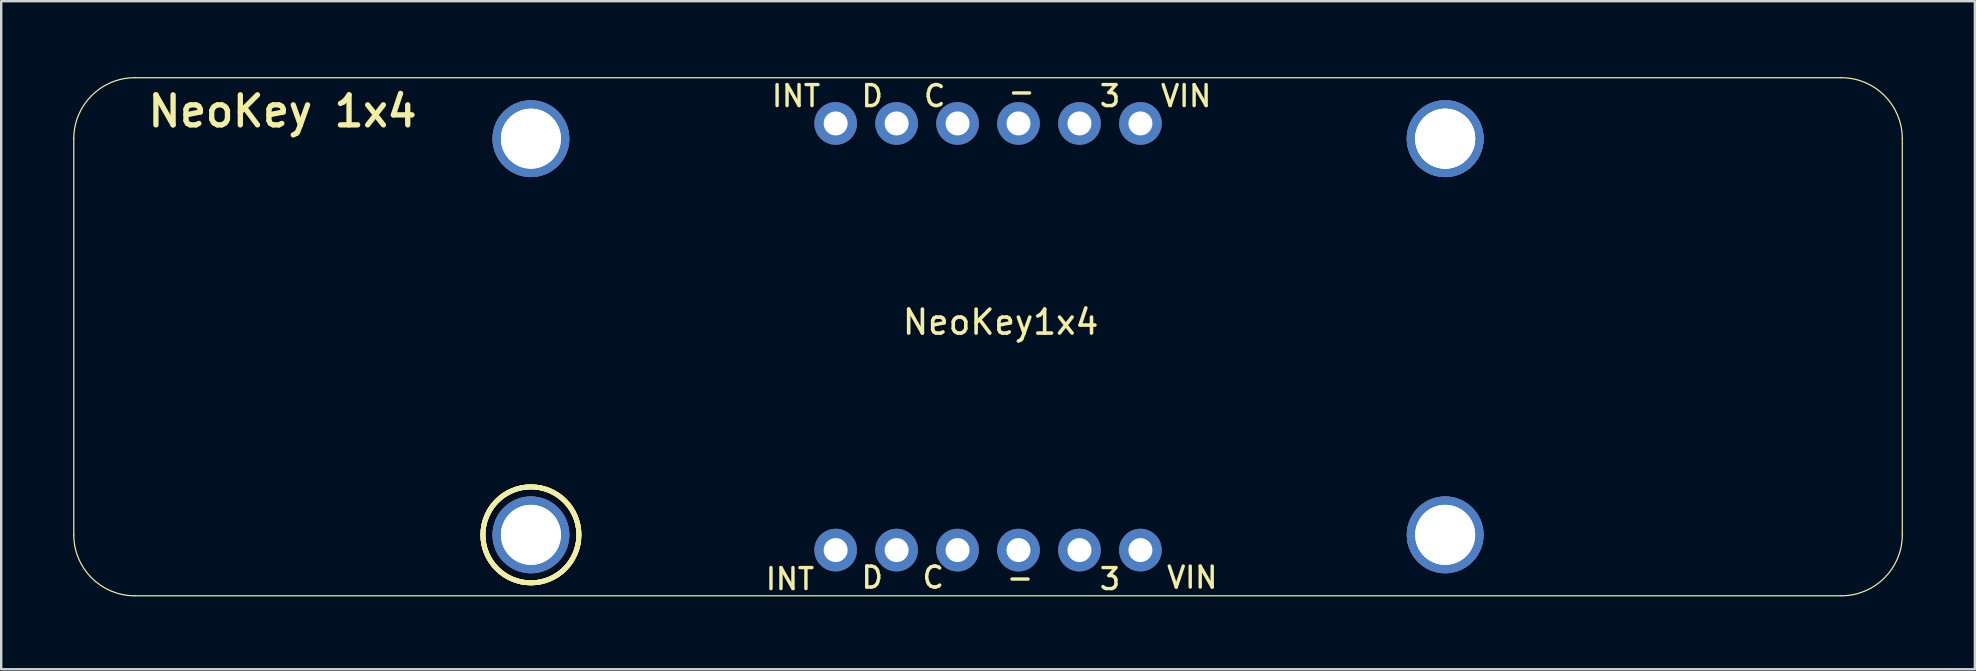
<source format=kicad_pcb>
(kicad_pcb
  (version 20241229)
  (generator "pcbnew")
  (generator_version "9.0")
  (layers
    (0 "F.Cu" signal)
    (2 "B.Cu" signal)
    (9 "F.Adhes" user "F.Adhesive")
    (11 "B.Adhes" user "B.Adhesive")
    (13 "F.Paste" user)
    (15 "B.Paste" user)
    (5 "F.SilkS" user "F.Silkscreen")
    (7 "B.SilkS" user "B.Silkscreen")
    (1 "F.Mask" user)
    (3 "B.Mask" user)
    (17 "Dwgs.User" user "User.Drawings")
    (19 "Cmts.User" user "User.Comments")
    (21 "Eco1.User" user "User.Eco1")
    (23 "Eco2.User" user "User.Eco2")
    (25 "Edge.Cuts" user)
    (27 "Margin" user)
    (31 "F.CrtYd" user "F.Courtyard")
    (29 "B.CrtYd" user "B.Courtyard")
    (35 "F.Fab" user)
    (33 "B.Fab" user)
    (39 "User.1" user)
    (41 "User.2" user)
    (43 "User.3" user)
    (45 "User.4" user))
  (footprint "NeoKey1x4"
    (layer "F.Cu")
    (at 38.651 10.875)
    (property "Reference" "NeoKey1x4" (at 0 -0.5 0) (unlocked yes) (layer "F.SilkS") (effects (font (size 1 1) (thickness 0.15))))
    (attr smd)
    (fp_line (start -38.626 8.364) (end -38.626 -8.146) (stroke (width 0.05) (type solid)) (layer "F.SilkS"))
    (fp_line (start -36.086 -10.686) (end 35.034 -10.686) (stroke (width 0.05) (type solid)) (layer "F.SilkS"))
    (fp_line (start 35.034 10.904) (end -36.086 10.904) (stroke (width 0.05) (type solid)) (layer "F.SilkS"))
    (fp_line (start 37.574 -8.146) (end 37.574 8.364) (stroke (width 0.05) (type solid)) (layer "F.SilkS"))
    (fp_arc (start -38.626051 -8.146051) (mid -37.882102 -9.942102) (end -36.086051 -10.686051) (stroke (width 0.05) (type solid)) (layer "F.SilkS"))
    (fp_arc (start -36.086051 10.903949) (mid -37.882102 10.16) (end -38.626051 8.363949) (stroke (width 0.05) (type solid)) (layer "F.SilkS"))
    (fp_arc (start 35.033949 -10.686051) (mid 36.83 -9.942102) (end 37.573949 -8.146051) (stroke (width 0.05) (type solid)) (layer "F.SilkS"))
    (fp_arc (start 37.573949 8.363949) (mid 36.83 10.16) (end 35.033949 10.903949) (stroke (width 0.05) (type solid)) (layer "F.SilkS"))
    (fp_circle (center -19.576 8.364) (end -17.576 8.364) (stroke (width 0.203) (type solid)) (fill no) (layer "F.SilkS"))
    (fp_circle (center -19.576 8.364) (end -17.576 8.364) (stroke (width 0.203) (type solid)) (fill no) (layer "F.SilkS"))
    (fp_circle (center -19.576 8.364) (end -17.576 8.364) (stroke (width 0.203) (type solid)) (fill no) (layer "F.SilkS"))
    (fp_circle (center -19.576 8.364) (end -17.576 8.364) (stroke (width 0.203) (type solid)) (fill no) (layer "F.SilkS"))
    (fp_text user "INT" (at -8.781 10.205 0) (unlocked yes) (layer "F.SilkS") (effects (font (size 0.874 0.874) (thickness 0.142))))
    (fp_text user "D" (at -5.352 10.142 0) (unlocked yes) (layer "F.SilkS") (effects (font (size 0.874 0.874) (thickness 0.142))))
    (fp_text user "D" (at -5.352 -9.924 0) (unlocked yes) (layer "F.SilkS") (effects (font (size 0.874 0.874) (thickness 0.142))))
    (fp_text user "C" (at -2.749 -9.924 0) (unlocked yes) (layer "F.SilkS") (effects (font (size 0.874 0.874) (thickness 0.142))))
    (fp_text user "3" (at 4.554 -9.924 0) (unlocked yes) (layer "F.SilkS") (effects (font (size 0.874 0.874) (thickness 0.142))))
    (fp_text user "VIN" (at 7.729 -9.924 0) (unlocked yes) (layer "F.SilkS") (effects (font (size 0.874 0.874) (thickness 0.142))))
    (fp_text user "INT" (at -8.527 -9.924 0) (unlocked yes) (layer "F.SilkS") (effects (font (size 0.874 0.874) (thickness 0.142))))
    (fp_text user "-" (at 0.871 -10.115 0) (unlocked yes) (layer "F.SilkS") (effects (font (size 0.874 0.874) (thickness 0.142))))
    (fp_text user "C" (at -2.812 10.142 0) (unlocked yes) (layer "F.SilkS") (effects (font (size 0.874 0.874) (thickness 0.142))))
    (fp_text user "NeoKey 1x4" (at -29.927 -9.289 0) (unlocked yes) (layer "F.SilkS") (effects (font (size 1.252 1.252) (thickness 0.221))))
    (fp_text user "VIN" (at 7.983 10.142 0) (unlocked yes) (layer "F.SilkS") (effects (font (size 0.874 0.874) (thickness 0.142))))
    (fp_text user "-" (at 0.807 10.142 0) (unlocked yes) (layer "F.SilkS") (effects (font (size 0.874 0.874) (thickness 0.142))))
    (fp_text user "3" (at 4.554 10.205 0) (unlocked yes) (layer "F.SilkS") (effects (font (size 0.874 0.874) (thickness 0.142))))
    (pad "" thru_hole circle (at -19.576 -8.146) (size 3.2 3.2) (drill 2.5) (layers "*.Cu" "*.Mask"))
    (pad "" thru_hole circle (at -19.576 -8.146) (size 3.2 3.2) (drill 2.5) (layers "*.Cu" "*.Mask"))
    (pad "" thru_hole circle (at -19.576 8.364) (size 3.2 3.2) (drill 2.5) (layers "*.Cu" "*.Mask"))
    (pad "" thru_hole circle (at -19.576 8.364) (size 3.2 3.2) (drill 2.5) (layers "*.Cu" "*.Mask"))
    (pad "" thru_hole circle (at 18.524 -8.146) (size 3.2 3.2) (drill 2.5) (layers "*.Cu" "*.Mask"))
    (pad "" thru_hole circle (at 18.524 -8.146) (size 3.2 3.2) (drill 2.5) (layers "*.Cu" "*.Mask"))
    (pad "" thru_hole circle (at 18.524 -8.146) (size 3.2 3.2) (drill 2.5) (layers "*.Cu" "*.Mask"))
    (pad "" thru_hole circle (at 18.524 8.364) (size 3.2 3.2) (drill 2.5) (layers "*.Cu" "*.Mask"))
    (pad "" thru_hole circle (at 18.524 8.364) (size 3.2 3.2) (drill 2.5) (layers "*.Cu" "*.Mask"))
    (pad "1" thru_hole circle (at 5.824 -8.781 270) (size 1.778 1.778) (drill 1) (layers "*.Cu" "*.Mask"))
    (pad "1" thru_hole circle (at 5.824 8.999 90) (size 1.778 1.778) (drill 1) (layers "*.Cu" "*.Mask"))
    (pad "2" thru_hole circle (at 3.284 -8.781 270) (size 1.778 1.778) (drill 1) (layers "*.Cu" "*.Mask"))
    (pad "2" thru_hole circle (at 3.284 8.999 90) (size 1.778 1.778) (drill 1) (layers "*.Cu" "*.Mask"))
    (pad "3" thru_hole circle (at 0.744 -8.781 270) (size 1.778 1.778) (drill 1) (layers "*.Cu" "*.Mask"))
    (pad "3" thru_hole circle (at 0.744 8.999 90) (size 1.778 1.778) (drill 1) (layers "*.Cu" "*.Mask"))
    (pad "4" thru_hole circle (at -1.796 -8.781 270) (size 1.778 1.778) (drill 1) (layers "*.Cu" "*.Mask"))
    (pad "4" thru_hole circle (at -1.796 8.999 90) (size 1.778 1.778) (drill 1) (layers "*.Cu" "*.Mask"))
    (pad "5" thru_hole circle (at -4.336 -8.781 270) (size 1.778 1.778) (drill 1) (layers "*.Cu" "*.Mask"))
    (pad "5" thru_hole circle (at -4.336 8.999 90) (size 1.778 1.778) (drill 1) (layers "*.Cu" "*.Mask"))
    (pad "6" thru_hole circle (at -6.876 -8.781 270) (size 1.778 1.778) (drill 1) (layers "*.Cu" "*.Mask"))
    (pad "6" thru_hole circle (at -6.876 8.999 90) (size 1.778 1.778) (drill 1) (layers "*.Cu" "*.Mask"))
    (zone (net_name "") (layer "F.Cu") (hatch edge 0.5) (connect_pads) (min_thickness 0.25) (filled_areas_thickness no) (keepout (tracks not_allowed) (vias not_allowed) (pads not_allowed) (copperpour not_allowed) (footprints allowed)) (placement (enabled no)) (fill) (polygon (pts (xy 21.091 2.729) (xy 21.071 2.449) (xy 21.013 2.174) (xy 20.917 1.909) (xy 20.785 1.661) (xy 20.619 1.433) (xy 20.424 1.231) (xy 20.202 1.058) (xy 19.959 0.917) (xy 19.698 0.812) (xy 19.425 0.744) (xy 19.145 0.715) (xy 18.864 0.724) (xy 18.587 0.773) (xy 18.32 0.86) (xy 18.067 0.983) (xy 17.834 1.141) (xy 17.625 1.329) (xy 17.444 1.544) (xy 17.295 1.783) (xy 17.181 2.04) (xy 17.103 2.31) (xy 17.064 2.589) (xy 17.064 2.87) (xy 17.103 3.148) (xy 17.181 3.419) (xy 17.295 3.676) (xy 17.444 3.914) (xy 17.625 4.13) (xy 17.834 4.318) (xy 18.067 4.475) (xy 18.32 4.598) (xy 18.587 4.685) (xy 18.864 4.734) (xy 19.145 4.744) (xy 19.425 4.715) (xy 19.698 4.647) (xy 19.959 4.541) (xy 20.202 4.401) (xy 20.424 4.227) (xy 20.619 4.025) (xy 20.785 3.798) (xy 20.917 3.549) (xy 21.013 3.285) (xy 21.071 3.01))) (polygon (pts (xy 19.059 2.729) (xy 19.064 2.741) (xy 19.075 2.745) (xy 19.086 2.741) (xy 19.091 2.729) (xy 19.086 2.718) (xy 19.075 2.713) (xy 19.064 2.718))))
    (zone (net_name "") (layer "F.Cu") (hatch edge 0.5) (connect_pads) (min_thickness 0.25) (filled_areas_thickness no) (keepout (tracks not_allowed) (vias not_allowed) (pads not_allowed) (copperpour not_allowed) (footprints allowed)) (placement (enabled no)) (fill) (polygon (pts (xy 21.091 19.239) (xy 21.071 18.959) (xy 21.013 18.684) (xy 20.917 18.419) (xy 20.785 18.171) (xy 20.619 17.943) (xy 20.424 17.741) (xy 20.202 17.568) (xy 19.959 17.427) (xy 19.698 17.322) (xy 19.425 17.254) (xy 19.145 17.225) (xy 18.864 17.234) (xy 18.587 17.283) (xy 18.32 17.37) (xy 18.067 17.493) (xy 17.834 17.651) (xy 17.625 17.839) (xy 17.444 18.054) (xy 17.295 18.293) (xy 17.181 18.55) (xy 17.103 18.82) (xy 17.064 19.099) (xy 17.064 19.38) (xy 17.103 19.658) (xy 17.181 19.929) (xy 17.295 20.186) (xy 17.444 20.424) (xy 17.625 20.64) (xy 17.834 20.828) (xy 18.067 20.985) (xy 18.32 21.108) (xy 18.587 21.195) (xy 18.864 21.244) (xy 19.145 21.254) (xy 19.425 21.225) (xy 19.698 21.157) (xy 19.959 21.051) (xy 20.202 20.911) (xy 20.424 20.737) (xy 20.619 20.535) (xy 20.785 20.308) (xy 20.917 20.059) (xy 21.013 19.795) (xy 21.071 19.52))) (polygon (pts (xy 19.059 19.239) (xy 19.064 19.251) (xy 19.075 19.255) (xy 19.086 19.251) (xy 19.091 19.239) (xy 19.086 19.228) (xy 19.075 19.223) (xy 19.064 19.228))))
    (zone (net_name "") (layer "F.Cu") (hatch edge 0.5) (connect_pads) (min_thickness 0.25) (filled_areas_thickness no) (keepout (tracks not_allowed) (vias not_allowed) (pads not_allowed) (copperpour not_allowed) (footprints allowed)) (placement (enabled no)) (fill) (polygon (pts (xy 59.191 2.729) (xy 59.171 2.449) (xy 59.113 2.174) (xy 59.017 1.909) (xy 58.885 1.661) (xy 58.719 1.433) (xy 58.524 1.231) (xy 58.302 1.058) (xy 58.059 0.917) (xy 57.798 0.812) (xy 57.525 0.744) (xy 57.245 0.715) (xy 56.964 0.724) (xy 56.687 0.773) (xy 56.42 0.86) (xy 56.167 0.983) (xy 55.934 1.141) (xy 55.725 1.329) (xy 55.544 1.544) (xy 55.395 1.783) (xy 55.281 2.04) (xy 55.203 2.31) (xy 55.164 2.589) (xy 55.164 2.87) (xy 55.203 3.148) (xy 55.281 3.419) (xy 55.395 3.676) (xy 55.544 3.914) (xy 55.725 4.13) (xy 55.934 4.318) (xy 56.167 4.475) (xy 56.42 4.598) (xy 56.687 4.685) (xy 56.964 4.734) (xy 57.245 4.744) (xy 57.525 4.715) (xy 57.798 4.647) (xy 58.059 4.541) (xy 58.302 4.401) (xy 58.524 4.227) (xy 58.719 4.025) (xy 58.885 3.798) (xy 59.017 3.549) (xy 59.113 3.285) (xy 59.171 3.01))) (polygon (pts (xy 57.159 2.729) (xy 57.164 2.741) (xy 57.175 2.745) (xy 57.186 2.741) (xy 57.191 2.729) (xy 57.186 2.718) (xy 57.175 2.713) (xy 57.164 2.718))))
    (zone (net_name "") (layer "F.Cu") (hatch edge 0.5) (connect_pads) (min_thickness 0.25) (filled_areas_thickness no) (keepout (tracks not_allowed) (vias not_allowed) (pads not_allowed) (copperpour not_allowed) (footprints allowed)) (placement (enabled no)) (fill) (polygon (pts (xy 59.191 19.239) (xy 59.171 18.959) (xy 59.113 18.684) (xy 59.017 18.419) (xy 58.885 18.171) (xy 58.719 17.943) (xy 58.524 17.741) (xy 58.302 17.568) (xy 58.059 17.427) (xy 57.798 17.322) (xy 57.525 17.254) (xy 57.245 17.225) (xy 56.964 17.234) (xy 56.687 17.283) (xy 56.42 17.37) (xy 56.167 17.493) (xy 55.934 17.651) (xy 55.725 17.839) (xy 55.544 18.054) (xy 55.395 18.293) (xy 55.281 18.55) (xy 55.203 18.82) (xy 55.164 19.099) (xy 55.164 19.38) (xy 55.203 19.658) (xy 55.281 19.929) (xy 55.395 20.186) (xy 55.544 20.424) (xy 55.725 20.64) (xy 55.934 20.828) (xy 56.167 20.985) (xy 56.42 21.108) (xy 56.687 21.195) (xy 56.964 21.244) (xy 57.245 21.254) (xy 57.525 21.225) (xy 57.798 21.157) (xy 58.059 21.051) (xy 58.302 20.911) (xy 58.524 20.737) (xy 58.719 20.535) (xy 58.885 20.308) (xy 59.017 20.059) (xy 59.113 19.795) (xy 59.171 19.52))) (polygon (pts (xy 57.159 19.239) (xy 57.164 19.251) (xy 57.175 19.255) (xy 57.186 19.251) (xy 57.191 19.239) (xy 57.186 19.228) (xy 57.175 19.223) (xy 57.164 19.228))))
    (zone (net_name "") (layer "B.Cu") (hatch edge 0.5) (connect_pads) (min_thickness 0.25) (filled_areas_thickness no) (keepout (tracks not_allowed) (vias not_allowed) (pads not_allowed) (copperpour not_allowed) (footprints allowed)) (placement (enabled no)) (fill) (polygon (pts (xy 21.091 2.729) (xy 21.071 2.449) (xy 21.013 2.174) (xy 20.917 1.909) (xy 20.785 1.661) (xy 20.619 1.433) (xy 20.424 1.231) (xy 20.202 1.058) (xy 19.959 0.917) (xy 19.698 0.812) (xy 19.425 0.744) (xy 19.145 0.715) (xy 18.864 0.724) (xy 18.587 0.773) (xy 18.32 0.86) (xy 18.067 0.983) (xy 17.834 1.141) (xy 17.625 1.329) (xy 17.444 1.544) (xy 17.295 1.783) (xy 17.181 2.04) (xy 17.103 2.31) (xy 17.064 2.589) (xy 17.064 2.87) (xy 17.103 3.148) (xy 17.181 3.419) (xy 17.295 3.676) (xy 17.444 3.914) (xy 17.625 4.13) (xy 17.834 4.318) (xy 18.067 4.475) (xy 18.32 4.598) (xy 18.587 4.685) (xy 18.864 4.734) (xy 19.145 4.744) (xy 19.425 4.715) (xy 19.698 4.647) (xy 19.959 4.541) (xy 20.202 4.401) (xy 20.424 4.227) (xy 20.619 4.025) (xy 20.785 3.798) (xy 20.917 3.549) (xy 21.013 3.285) (xy 21.071 3.01))) (polygon (pts (xy 19.059 2.729) (xy 19.064 2.741) (xy 19.075 2.745) (xy 19.086 2.741) (xy 19.091 2.729) (xy 19.086 2.718) (xy 19.075 2.713) (xy 19.064 2.718))))
    (zone (net_name "") (layer "B.Cu") (hatch edge 0.5) (connect_pads) (min_thickness 0.25) (filled_areas_thickness no) (keepout (tracks not_allowed) (vias not_allowed) (pads not_allowed) (copperpour not_allowed) (footprints allowed)) (placement (enabled no)) (fill) (polygon (pts (xy 21.091 19.239) (xy 21.071 18.959) (xy 21.013 18.684) (xy 20.917 18.419) (xy 20.785 18.171) (xy 20.619 17.943) (xy 20.424 17.741) (xy 20.202 17.568) (xy 19.959 17.427) (xy 19.698 17.322) (xy 19.425 17.254) (xy 19.145 17.225) (xy 18.864 17.234) (xy 18.587 17.283) (xy 18.32 17.37) (xy 18.067 17.493) (xy 17.834 17.651) (xy 17.625 17.839) (xy 17.444 18.054) (xy 17.295 18.293) (xy 17.181 18.55) (xy 17.103 18.82) (xy 17.064 19.099) (xy 17.064 19.38) (xy 17.103 19.658) (xy 17.181 19.929) (xy 17.295 20.186) (xy 17.444 20.424) (xy 17.625 20.64) (xy 17.834 20.828) (xy 18.067 20.985) (xy 18.32 21.108) (xy 18.587 21.195) (xy 18.864 21.244) (xy 19.145 21.254) (xy 19.425 21.225) (xy 19.698 21.157) (xy 19.959 21.051) (xy 20.202 20.911) (xy 20.424 20.737) (xy 20.619 20.535) (xy 20.785 20.308) (xy 20.917 20.059) (xy 21.013 19.795) (xy 21.071 19.52))) (polygon (pts (xy 19.059 19.239) (xy 19.064 19.251) (xy 19.075 19.255) (xy 19.086 19.251) (xy 19.091 19.239) (xy 19.086 19.228) (xy 19.075 19.223) (xy 19.064 19.228))))
    (zone (net_name "") (layer "B.Cu") (hatch edge 0.5) (connect_pads) (min_thickness 0.25) (filled_areas_thickness no) (keepout (tracks not_allowed) (vias not_allowed) (pads not_allowed) (copperpour not_allowed) (footprints allowed)) (placement (enabled no)) (fill) (polygon (pts (xy 59.191 2.729) (xy 59.171 2.449) (xy 59.113 2.174) (xy 59.017 1.909) (xy 58.885 1.661) (xy 58.719 1.433) (xy 58.524 1.231) (xy 58.302 1.058) (xy 58.059 0.917) (xy 57.798 0.812) (xy 57.525 0.744) (xy 57.245 0.715) (xy 56.964 0.724) (xy 56.687 0.773) (xy 56.42 0.86) (xy 56.167 0.983) (xy 55.934 1.141) (xy 55.725 1.329) (xy 55.544 1.544) (xy 55.395 1.783) (xy 55.281 2.04) (xy 55.203 2.31) (xy 55.164 2.589) (xy 55.164 2.87) (xy 55.203 3.148) (xy 55.281 3.419) (xy 55.395 3.676) (xy 55.544 3.914) (xy 55.725 4.13) (xy 55.934 4.318) (xy 56.167 4.475) (xy 56.42 4.598) (xy 56.687 4.685) (xy 56.964 4.734) (xy 57.245 4.744) (xy 57.525 4.715) (xy 57.798 4.647) (xy 58.059 4.541) (xy 58.302 4.401) (xy 58.524 4.227) (xy 58.719 4.025) (xy 58.885 3.798) (xy 59.017 3.549) (xy 59.113 3.285) (xy 59.171 3.01))) (polygon (pts (xy 57.159 2.729) (xy 57.164 2.741) (xy 57.175 2.745) (xy 57.186 2.741) (xy 57.191 2.729) (xy 57.186 2.718) (xy 57.175 2.713) (xy 57.164 2.718))))
    (zone (net_name "") (layer "B.Cu") (hatch edge 0.5) (connect_pads) (min_thickness 0.25) (filled_areas_thickness no) (keepout (tracks not_allowed) (vias not_allowed) (pads not_allowed) (copperpour not_allowed) (footprints allowed)) (placement (enabled no)) (fill) (polygon (pts (xy 59.191 19.239) (xy 59.171 18.959) (xy 59.113 18.684) (xy 59.017 18.419) (xy 58.885 18.171) (xy 58.719 17.943) (xy 58.524 17.741) (xy 58.302 17.568) (xy 58.059 17.427) (xy 57.798 17.322) (xy 57.525 17.254) (xy 57.245 17.225) (xy 56.964 17.234) (xy 56.687 17.283) (xy 56.42 17.37) (xy 56.167 17.493) (xy 55.934 17.651) (xy 55.725 17.839) (xy 55.544 18.054) (xy 55.395 18.293) (xy 55.281 18.55) (xy 55.203 18.82) (xy 55.164 19.099) (xy 55.164 19.38) (xy 55.203 19.658) (xy 55.281 19.929) (xy 55.395 20.186) (xy 55.544 20.424) (xy 55.725 20.64) (xy 55.934 20.828) (xy 56.167 20.985) (xy 56.42 21.108) (xy 56.687 21.195) (xy 56.964 21.244) (xy 57.245 21.254) (xy 57.525 21.225) (xy 57.798 21.157) (xy 58.059 21.051) (xy 58.302 20.911) (xy 58.524 20.737) (xy 58.719 20.535) (xy 58.885 20.308) (xy 59.017 20.059) (xy 59.113 19.795) (xy 59.171 19.52))) (polygon (pts (xy 57.159 19.239) (xy 57.164 19.251) (xy 57.175 19.255) (xy 57.186 19.251) (xy 57.191 19.239) (xy 57.186 19.228) (xy 57.175 19.223) (xy 57.164 19.228)))))
  (gr_rect
    (start -3 -3)
    (end 79.25 24.842)
    (stroke (width 0.1) (type default))
    (fill no)
    (layer "Edge.Cuts")))
</source>
